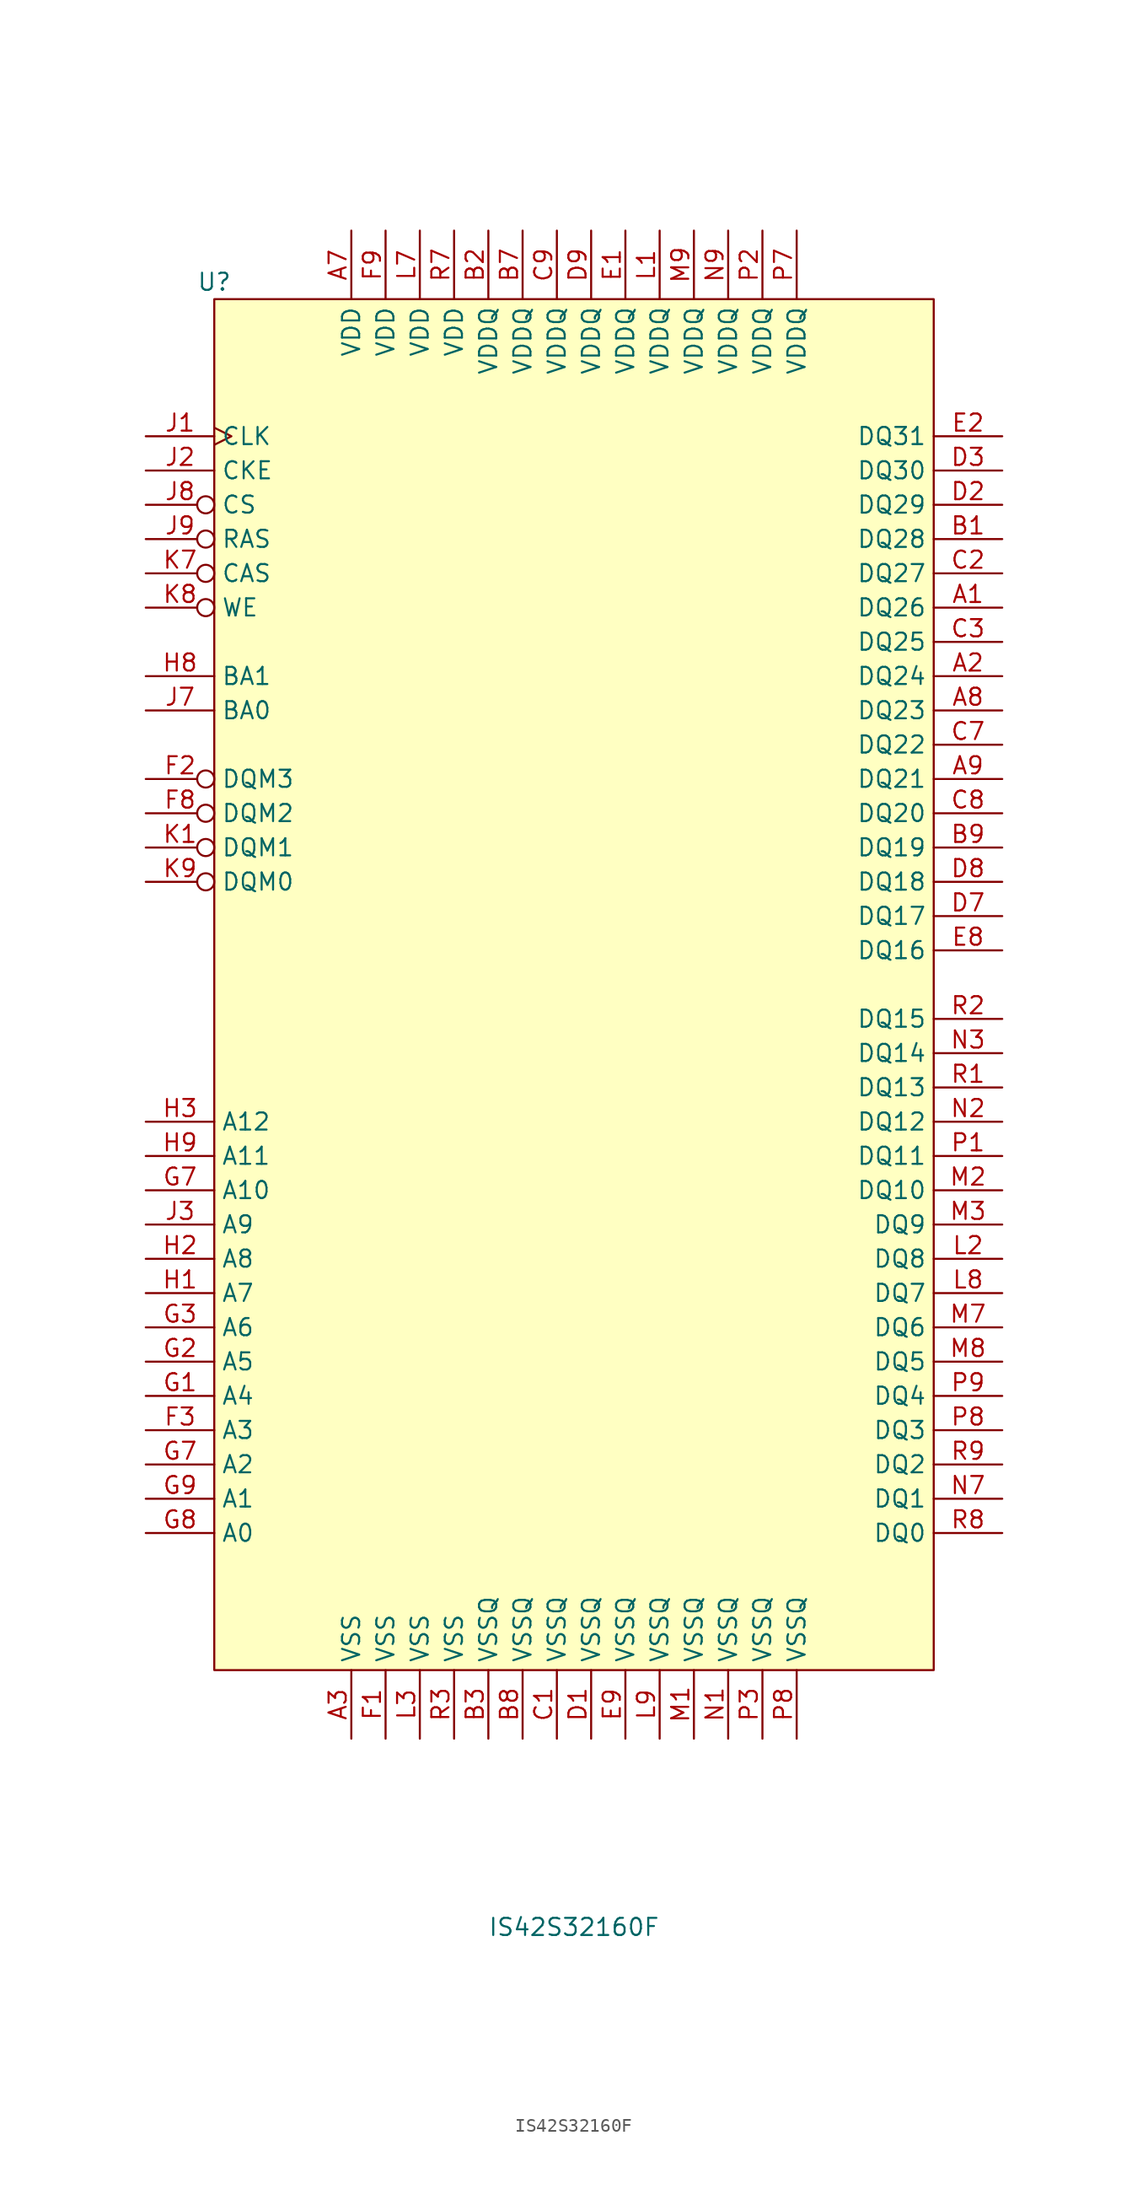
<source format=kicad_sym>
(kicad_symbol_lib
  (version 20201005)
  (generator kicad_symbol_editor)
  (symbol "Memory_RAM_U:IS42S32160F"
    (property "Reference" "U"
      (at -26.67 52.07 0)
      (effects (font (size 1.27 1.27))))
    (property "Value" "IS42S32160F"
      (at 0 -69.85 0)
      (effects (font (size 1.27 1.27))))
    (symbol "IS42S32160F_0_1"
      (rectangle (start -26.67 50.8) (end 26.67 -50.8) (stroke (width 0)) (fill (type background))))
    (symbol "IS42S32160F_1_1"
      (pin input line (at -31.75 -10.16 0) (length 5.08) (name "A12" (effects (font (size 1.27 1.27)))) (number "H3" (effects (font (size 1.27 1.27)))))
      (pin input line (at -31.75 -12.7 0) (length 5.08) (name "A11" (effects (font (size 1.27 1.27)))) (number "H9" (effects (font (size 1.27 1.27)))))
      (pin input line (at -31.75 -15.24 0) (length 5.08) (name "A10" (effects (font (size 1.27 1.27)))) (number "G7" (effects (font (size 1.27 1.27)))))
      (pin input line (at -31.75 -17.78 0) (length 5.08) (name "A9" (effects (font (size 1.27 1.27)))) (number "J3" (effects (font (size 1.27 1.27)))))
      (pin input line (at -31.75 -20.32 0) (length 5.08) (name "A8" (effects (font (size 1.27 1.27)))) (number "H2" (effects (font (size 1.27 1.27)))))
      (pin input line (at -31.75 -22.86 0) (length 5.08) (name "A7" (effects (font (size 1.27 1.27)))) (number "H1" (effects (font (size 1.27 1.27)))))
      (pin input line (at -31.75 -25.4 0) (length 5.08) (name "A6" (effects (font (size 1.27 1.27)))) (number "G3" (effects (font (size 1.27 1.27)))))
      (pin input line (at -31.75 -27.94 0) (length 5.08) (name "A5" (effects (font (size 1.27 1.27)))) (number "G2" (effects (font (size 1.27 1.27)))))
      (pin input line (at -31.75 -30.48 0) (length 5.08) (name "A4" (effects (font (size 1.27 1.27)))) (number "G1" (effects (font (size 1.27 1.27)))))
      (pin input line (at -31.75 -33.02 0) (length 5.08) (name "A3" (effects (font (size 1.27 1.27)))) (number "F3" (effects (font (size 1.27 1.27)))))
      (pin input line (at -31.75 -35.56 0) (length 5.08) (name "A2" (effects (font (size 1.27 1.27)))) (number "G7" (effects (font (size 1.27 1.27)))))
      (pin input line (at -31.75 -38.1 0) (length 5.08) (name "A1" (effects (font (size 1.27 1.27)))) (number "G9" (effects (font (size 1.27 1.27)))))
      (pin input line (at -31.75 -40.64 0) (length 5.08) (name "A0" (effects (font (size 1.27 1.27)))) (number "G8" (effects (font (size 1.27 1.27)))))
      (pin bidirectional line (at 31.75 40.64 180) (length 5.08) (name "DQ31" (effects (font (size 1.27 1.27)))) (number "E2" (effects (font (size 1.27 1.27)))))
      (pin bidirectional line (at 31.75 38.1 180) (length 5.08) (name "DQ30" (effects (font (size 1.27 1.27)))) (number "D3" (effects (font (size 1.27 1.27)))))
      (pin bidirectional line (at 31.75 35.56 180) (length 5.08) (name "DQ29" (effects (font (size 1.27 1.27)))) (number "D2" (effects (font (size 1.27 1.27)))))
      (pin bidirectional line (at 31.75 33.02 180) (length 5.08) (name "DQ28" (effects (font (size 1.27 1.27)))) (number "B1" (effects (font (size 1.27 1.27)))))
      (pin bidirectional line (at 31.75 30.48 180) (length 5.08) (name "DQ27" (effects (font (size 1.27 1.27)))) (number "C2" (effects (font (size 1.27 1.27)))))
      (pin bidirectional line (at 31.75 27.94 180) (length 5.08) (name "DQ26" (effects (font (size 1.27 1.27)))) (number "A1" (effects (font (size 1.27 1.27)))))
      (pin bidirectional line (at 31.75 25.4 180) (length 5.08) (name "DQ25" (effects (font (size 1.27 1.27)))) (number "C3" (effects (font (size 1.27 1.27)))))
      (pin bidirectional line (at 31.75 22.86 180) (length 5.08) (name "DQ24" (effects (font (size 1.27 1.27)))) (number "A2" (effects (font (size 1.27 1.27)))))
      (pin bidirectional line (at 31.75 20.32 180) (length 5.08) (name "DQ23" (effects (font (size 1.27 1.27)))) (number "A8" (effects (font (size 1.27 1.27)))))
      (pin bidirectional line (at 31.75 17.78 180) (length 5.08) (name "DQ22" (effects (font (size 1.27 1.27)))) (number "C7" (effects (font (size 1.27 1.27)))))
      (pin bidirectional line (at 31.75 15.24 180) (length 5.08) (name "DQ21" (effects (font (size 1.27 1.27)))) (number "A9" (effects (font (size 1.27 1.27)))))
      (pin bidirectional line (at 31.75 12.7 180) (length 5.08) (name "DQ20" (effects (font (size 1.27 1.27)))) (number "C8" (effects (font (size 1.27 1.27)))))
      (pin bidirectional line (at 31.75 10.16 180) (length 5.08) (name "DQ19" (effects (font (size 1.27 1.27)))) (number "B9" (effects (font (size 1.27 1.27)))))
      (pin bidirectional line (at 31.75 7.62 180) (length 5.08) (name "DQ18" (effects (font (size 1.27 1.27)))) (number "D8" (effects (font (size 1.27 1.27)))))
      (pin bidirectional line (at 31.75 5.08 180) (length 5.08) (name "DQ17" (effects (font (size 1.27 1.27)))) (number "D7" (effects (font (size 1.27 1.27)))))
      (pin bidirectional line (at 31.75 2.54 180) (length 5.08) (name "DQ16" (effects (font (size 1.27 1.27)))) (number "E8" (effects (font (size 1.27 1.27)))))
      (pin bidirectional line (at 31.75 -2.54 180) (length 5.08) (name "DQ15" (effects (font (size 1.27 1.27)))) (number "R2" (effects (font (size 1.27 1.27)))))
      (pin bidirectional line (at 31.75 -5.08 180) (length 5.08) (name "DQ14" (effects (font (size 1.27 1.27)))) (number "N3" (effects (font (size 1.27 1.27)))))
      (pin bidirectional line (at 31.75 -7.62 180) (length 5.08) (name "DQ13" (effects (font (size 1.27 1.27)))) (number "R1" (effects (font (size 1.27 1.27)))))
      (pin bidirectional line (at 31.75 -10.16 180) (length 5.08) (name "DQ12" (effects (font (size 1.27 1.27)))) (number "N2" (effects (font (size 1.27 1.27)))))
      (pin bidirectional line (at 31.75 -12.7 180) (length 5.08) (name "DQ11" (effects (font (size 1.27 1.27)))) (number "P1" (effects (font (size 1.27 1.27)))))
      (pin bidirectional line (at 31.75 -15.24 180) (length 5.08) (name "DQ10" (effects (font (size 1.27 1.27)))) (number "M2" (effects (font (size 1.27 1.27)))))
      (pin bidirectional line (at 31.75 -17.78 180) (length 5.08) (name "DQ9" (effects (font (size 1.27 1.27)))) (number "M3" (effects (font (size 1.27 1.27)))))
      (pin bidirectional line (at 31.75 -20.32 180) (length 5.08) (name "DQ8" (effects (font (size 1.27 1.27)))) (number "L2" (effects (font (size 1.27 1.27)))))
      (pin bidirectional line (at 31.75 -22.86 180) (length 5.08) (name "DQ7" (effects (font (size 1.27 1.27)))) (number "L8" (effects (font (size 1.27 1.27)))))
      (pin bidirectional line (at 31.75 -25.4 180) (length 5.08) (name "DQ6" (effects (font (size 1.27 1.27)))) (number "M7" (effects (font (size 1.27 1.27)))))
      (pin bidirectional line (at 31.75 -27.94 180) (length 5.08) (name "DQ5" (effects (font (size 1.27 1.27)))) (number "M8" (effects (font (size 1.27 1.27)))))
      (pin bidirectional line (at 31.75 -30.48 180) (length 5.08) (name "DQ4" (effects (font (size 1.27 1.27)))) (number "P9" (effects (font (size 1.27 1.27)))))
      (pin bidirectional line (at 31.75 -33.02 180) (length 5.08) (name "DQ3" (effects (font (size 1.27 1.27)))) (number "P8" (effects (font (size 1.27 1.27)))))
      (pin bidirectional line (at 31.75 -35.56 180) (length 5.08) (name "DQ2" (effects (font (size 1.27 1.27)))) (number "R9" (effects (font (size 1.27 1.27)))))
      (pin bidirectional line (at 31.75 -38.1 180) (length 5.08) (name "DQ1" (effects (font (size 1.27 1.27)))) (number "N7" (effects (font (size 1.27 1.27)))))
      (pin bidirectional line (at 31.75 -40.64 180) (length 5.08) (name "DQ0" (effects (font (size 1.27 1.27)))) (number "R8" (effects (font (size 1.27 1.27)))))
      (pin input clock (at -31.75 40.64 0) (length 5.08) (name "CLK" (effects (font (size 1.27 1.27)))) (number "J1" (effects (font (size 1.27 1.27)))))
      (pin input line (at -31.75 38.1 0) (length 5.08) (name "CKE" (effects (font (size 1.27 1.27)))) (number "J2" (effects (font (size 1.27 1.27)))))
      (pin input inverted (at -31.75 35.56 0) (length 5.08) (name "CS" (effects (font (size 1.27 1.27)))) (number "J8" (effects (font (size 1.27 1.27)))))
      (pin input inverted (at -31.75 33.02 0) (length 5.08) (name "RAS" (effects (font (size 1.27 1.27)))) (number "J9" (effects (font (size 1.27 1.27)))))
      (pin input inverted (at -31.75 30.48 0) (length 5.08) (name "CAS" (effects (font (size 1.27 1.27)))) (number "K7" (effects (font (size 1.27 1.27)))))
      (pin input inverted (at -31.75 27.94 0) (length 5.08) (name "WE" (effects (font (size 1.27 1.27)))) (number "K8" (effects (font (size 1.27 1.27)))))
      (pin input line (at -31.75 22.86 0) (length 5.08) (name "BA1" (effects (font (size 1.27 1.27)))) (number "H8" (effects (font (size 1.27 1.27)))))
      (pin input line (at -31.75 20.32 0) (length 5.08) (name "BA0" (effects (font (size 1.27 1.27)))) (number "J7" (effects (font (size 1.27 1.27)))))
      (pin input inverted (at -31.75 15.24 0) (length 5.08) (name "DQM3" (effects (font (size 1.27 1.27)))) (number "F2" (effects (font (size 1.27 1.27)))))
      (pin input inverted (at -31.75 12.7 0) (length 5.08) (name "DQM2" (effects (font (size 1.27 1.27)))) (number "F8" (effects (font (size 1.27 1.27)))))
      (pin input inverted (at -31.75 10.16 0) (length 5.08) (name "DQM1" (effects (font (size 1.27 1.27)))) (number "K1" (effects (font (size 1.27 1.27)))))
      (pin input inverted (at -31.75 7.62 0) (length 5.08) (name "DQM0" (effects (font (size 1.27 1.27)))) (number "K9" (effects (font (size 1.27 1.27)))))
      (pin power_in line (at -16.51 -55.88 90) (length 5.08) (name "VSS" (effects (font (size 1.27 1.27)))) (number "A3" (effects (font (size 1.27 1.27)))))
      (pin power_in line (at -16.51 55.88 270) (length 5.08) (name "VDD" (effects (font (size 1.27 1.27)))) (number "A7" (effects (font (size 1.27 1.27)))))
      (pin power_in line (at -6.35 55.88 270) (length 5.08) (name "VDDQ" (effects (font (size 1.27 1.27)))) (number "B2" (effects (font (size 1.27 1.27)))))
      (pin power_in line (at -6.35 -55.88 90) (length 5.08) (name "VSSQ" (effects (font (size 1.27 1.27)))) (number "B3" (effects (font (size 1.27 1.27)))))
      (pin power_in line (at -3.81 55.88 270) (length 5.08) (name "VDDQ" (effects (font (size 1.27 1.27)))) (number "B7" (effects (font (size 1.27 1.27)))))
      (pin power_in line (at -3.81 -55.88 90) (length 5.08) (name "VSSQ" (effects (font (size 1.27 1.27)))) (number "B8" (effects (font (size 1.27 1.27)))))
      (pin power_in line (at -1.27 -55.88 90) (length 5.08) (name "VSSQ" (effects (font (size 1.27 1.27)))) (number "C1" (effects (font (size 1.27 1.27)))))
      (pin power_in line (at -1.27 55.88 270) (length 5.08) (name "VDDQ" (effects (font (size 1.27 1.27)))) (number "C9" (effects (font (size 1.27 1.27)))))
      (pin power_in line (at 1.27 -55.88 90) (length 5.08) (name "VSSQ" (effects (font (size 1.27 1.27)))) (number "D1" (effects (font (size 1.27 1.27)))))
      (pin power_in line (at 1.27 55.88 270) (length 5.08) (name "VDDQ" (effects (font (size 1.27 1.27)))) (number "D9" (effects (font (size 1.27 1.27)))))
      (pin power_in line (at 3.81 55.88 270) (length 5.08) (name "VDDQ" (effects (font (size 1.27 1.27)))) (number "E1" (effects (font (size 1.27 1.27)))))
      (pin power_in line (at 3.81 -55.88 90) (length 5.08) (name "VSSQ" (effects (font (size 1.27 1.27)))) (number "E9" (effects (font (size 1.27 1.27)))))
      (pin unconnected line (at -31.75 2.54 0) (length 5.08) hide (name "NC" (effects (font (size 1.27 1.27)))) (number "E3" (effects (font (size 1.27 1.27)))))
      (pin unconnected line (at -31.75 0 0) (length 5.08) hide (name "NC" (effects (font (size 1.27 1.27)))) (number "E7" (effects (font (size 1.27 1.27)))))
      (pin power_in line (at -13.97 -55.88 90) (length 5.08) (name "VSS" (effects (font (size 1.27 1.27)))) (number "F1" (effects (font (size 1.27 1.27)))))
      (pin power_in line (at -13.97 55.88 270) (length 5.08) (name "VDD" (effects (font (size 1.27 1.27)))) (number "F9" (effects (font (size 1.27 1.27)))))
      (pin unconnected line (at -31.75 -2.54 0) (length 5.08) hide (name "NC" (effects (font (size 1.27 1.27)))) (number "H7" (effects (font (size 1.27 1.27)))))
      (pin power_in line (at 6.35 55.88 270) (length 5.08) (name "VDDQ" (effects (font (size 1.27 1.27)))) (number "L1" (effects (font (size 1.27 1.27)))))
      (pin power_in line (at -11.43 -55.88 90) (length 5.08) (name "VSS" (effects (font (size 1.27 1.27)))) (number "L3" (effects (font (size 1.27 1.27)))))
      (pin power_in line (at -11.43 55.88 270) (length 5.08) (name "VDD" (effects (font (size 1.27 1.27)))) (number "L7" (effects (font (size 1.27 1.27)))))
      (pin power_in line (at 6.35 -55.88 90) (length 5.08) (name "VSSQ" (effects (font (size 1.27 1.27)))) (number "L9" (effects (font (size 1.27 1.27)))))
      (pin power_in line (at 8.89 -55.88 90) (length 5.08) (name "VSSQ" (effects (font (size 1.27 1.27)))) (number "M1" (effects (font (size 1.27 1.27)))))
      (pin power_in line (at 8.89 55.88 270) (length 5.08) (name "VDDQ" (effects (font (size 1.27 1.27)))) (number "M9" (effects (font (size 1.27 1.27)))))
      (pin power_in line (at 11.43 -55.88 90) (length 5.08) (name "VSSQ" (effects (font (size 1.27 1.27)))) (number "N1" (effects (font (size 1.27 1.27)))))
      (pin power_in line (at 11.43 55.88 270) (length 5.08) (name "VDDQ" (effects (font (size 1.27 1.27)))) (number "N9" (effects (font (size 1.27 1.27)))))
      (pin power_in line (at 13.97 55.88 270) (length 5.08) (name "VDDQ" (effects (font (size 1.27 1.27)))) (number "P2" (effects (font (size 1.27 1.27)))))
      (pin power_in line (at 13.97 -55.88 90) (length 5.08) (name "VSSQ" (effects (font (size 1.27 1.27)))) (number "P3" (effects (font (size 1.27 1.27)))))
      (pin power_in line (at 16.51 55.88 270) (length 5.08) (name "VDDQ" (effects (font (size 1.27 1.27)))) (number "P7" (effects (font (size 1.27 1.27)))))
      (pin power_in line (at 16.51 -55.88 90) (length 5.08) (name "VSSQ" (effects (font (size 1.27 1.27)))) (number "P8" (effects (font (size 1.27 1.27)))))
      (pin power_in line (at -8.89 -55.88 90) (length 5.08) (name "VSS" (effects (font (size 1.27 1.27)))) (number "R3" (effects (font (size 1.27 1.27)))))
      (pin power_in line (at -8.89 55.88 270) (length 5.08) (name "VDD" (effects (font (size 1.27 1.27)))) (number "R7" (effects (font (size 1.27 1.27)))))
      (pin unconnected line (at -31.75 -7.62 0) (length 5.08) hide (name "NC" (effects (font (size 1.27 1.27)))) (number "K3" (effects (font (size 1.27 1.27)))))
      (pin unconnected line (at -31.75 -5.08 0) (length 5.08) hide (name "NC" (effects (font (size 1.27 1.27)))) (number "K2" (effects (font (size 1.27 1.27))))))))
</source>
